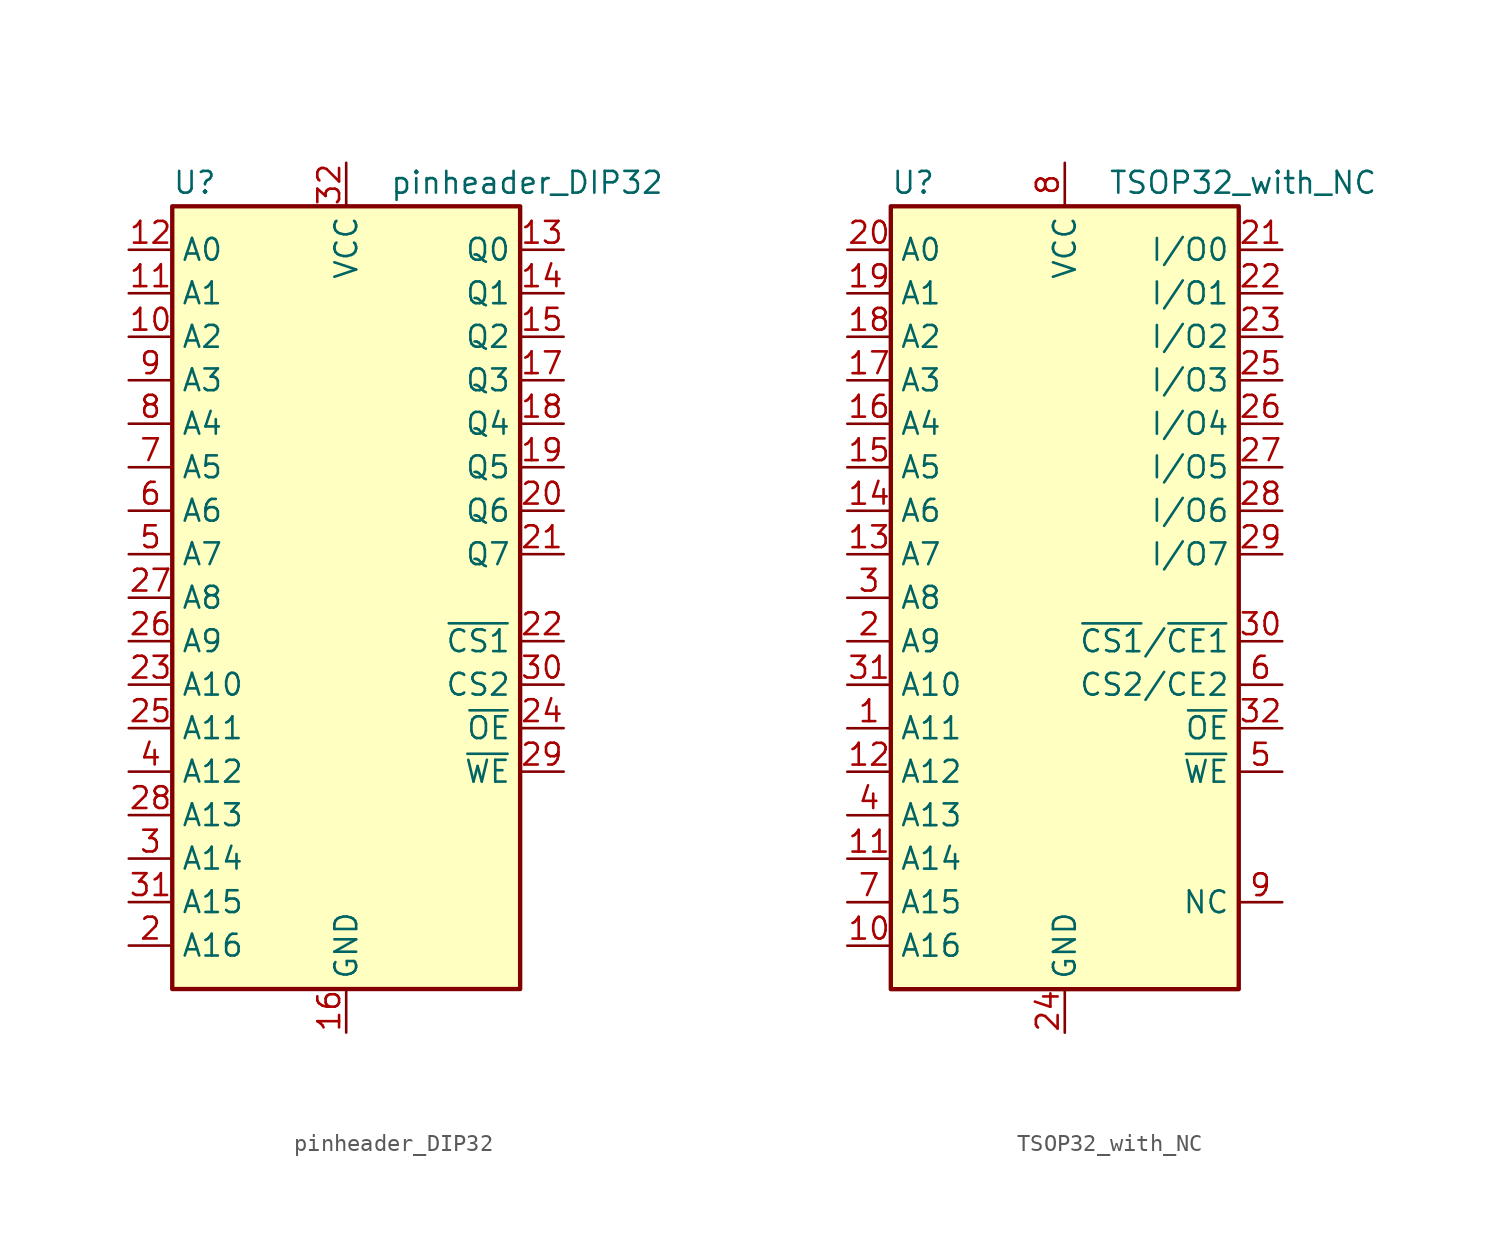
<source format=kicad_sym>
(kicad_symbol_lib
  (version 20231120)
  (generator "kicad_symbol_editor")
  (generator_version "8.0")
  (symbol "pinheader_DIP32"
    (property "Reference" "U"
      (at -10.16 23.495 0)
      (effects (font (size 1.27 1.27)) (justify left bottom)))
    (property "Value" "pinheader_DIP32"
      (at 2.54 23.495 0)
      (effects (font (size 1.27 1.27)) (justify left bottom)))
    (symbol "pinheader_DIP32_0_1"
      (rectangle (start -10.16 22.86) (end 10.16 -22.86) (stroke (width 0.254) (type default)) (fill (type background))))
    (symbol "pinheader_DIP32_1_0"
      (pin power_out line (at 0 -25.4 90) (length 2.54) (name "GND" (effects (font (size 1.27 1.27)))) (number "16" (effects (font (size 1.27 1.27)))))
      (pin power_out line (at 0 25.4 270) (length 2.54) (name "VCC" (effects (font (size 1.27 1.27)))) (number "32" (effects (font (size 1.27 1.27))))))
    (symbol "pinheader_DIP32_1_1"
      (pin output line (at -12.7 15.24 0) (length 2.54) (name "A2" (effects (font (size 1.27 1.27)))) (number "10" (effects (font (size 1.27 1.27)))))
      (pin output line (at -12.7 17.78 0) (length 2.54) (name "A1" (effects (font (size 1.27 1.27)))) (number "11" (effects (font (size 1.27 1.27)))))
      (pin output line (at -12.7 20.32 0) (length 2.54) (name "A0" (effects (font (size 1.27 1.27)))) (number "12" (effects (font (size 1.27 1.27)))))
      (pin tri_state line (at 12.7 20.32 180) (length 2.54) (name "Q0" (effects (font (size 1.27 1.27)))) (number "13" (effects (font (size 1.27 1.27)))))
      (pin tri_state line (at 12.7 17.78 180) (length 2.54) (name "Q1" (effects (font (size 1.27 1.27)))) (number "14" (effects (font (size 1.27 1.27)))))
      (pin tri_state line (at 12.7 15.24 180) (length 2.54) (name "Q2" (effects (font (size 1.27 1.27)))) (number "15" (effects (font (size 1.27 1.27)))))
      (pin tri_state line (at 12.7 12.7 180) (length 2.54) (name "Q3" (effects (font (size 1.27 1.27)))) (number "17" (effects (font (size 1.27 1.27)))))
      (pin tri_state line (at 12.7 10.16 180) (length 2.54) (name "Q4" (effects (font (size 1.27 1.27)))) (number "18" (effects (font (size 1.27 1.27)))))
      (pin tri_state line (at 12.7 7.62 180) (length 2.54) (name "Q5" (effects (font (size 1.27 1.27)))) (number "19" (effects (font (size 1.27 1.27)))))
      (pin output line (at -12.7 -20.32 0) (length 2.54) (name "A16" (effects (font (size 1.27 1.27)))) (number "2" (effects (font (size 1.27 1.27)))))
      (pin tri_state line (at 12.7 5.08 180) (length 2.54) (name "Q6" (effects (font (size 1.27 1.27)))) (number "20" (effects (font (size 1.27 1.27)))))
      (pin tri_state line (at 12.7 2.54 180) (length 2.54) (name "Q7" (effects (font (size 1.27 1.27)))) (number "21" (effects (font (size 1.27 1.27)))))
      (pin output line (at 12.7 -2.54 180) (length 2.54) (name "~{CS1}" (effects (font (size 1.27 1.27)))) (number "22" (effects (font (size 1.27 1.27)))))
      (pin output line (at -12.7 -5.08 0) (length 2.54) (name "A10" (effects (font (size 1.27 1.27)))) (number "23" (effects (font (size 1.27 1.27)))))
      (pin output line (at 12.7 -7.62 180) (length 2.54) (name "~{OE}" (effects (font (size 1.27 1.27)))) (number "24" (effects (font (size 1.27 1.27)))))
      (pin output line (at -12.7 -7.62 0) (length 2.54) (name "A11" (effects (font (size 1.27 1.27)))) (number "25" (effects (font (size 1.27 1.27)))))
      (pin output line (at -12.7 -2.54 0) (length 2.54) (name "A9" (effects (font (size 1.27 1.27)))) (number "26" (effects (font (size 1.27 1.27)))))
      (pin output line (at -12.7 0 0) (length 2.54) (name "A8" (effects (font (size 1.27 1.27)))) (number "27" (effects (font (size 1.27 1.27)))))
      (pin output line (at -12.7 -12.7 0) (length 2.54) (name "A13" (effects (font (size 1.27 1.27)))) (number "28" (effects (font (size 1.27 1.27)))))
      (pin output line (at 12.7 -10.16 180) (length 2.54) (name "~{WE}" (effects (font (size 1.27 1.27)))) (number "29" (effects (font (size 1.27 1.27)))))
      (pin output line (at -12.7 -15.24 0) (length 2.54) (name "A14" (effects (font (size 1.27 1.27)))) (number "3" (effects (font (size 1.27 1.27)))))
      (pin output line (at 12.7 -5.08 180) (length 2.54) (name "CS2" (effects (font (size 1.27 1.27)))) (number "30" (effects (font (size 1.27 1.27)))))
      (pin output line (at -12.7 -17.78 0) (length 2.54) (name "A15" (effects (font (size 1.27 1.27)))) (number "31" (effects (font (size 1.27 1.27)))))
      (pin output line (at -12.7 -10.16 0) (length 2.54) (name "A12" (effects (font (size 1.27 1.27)))) (number "4" (effects (font (size 1.27 1.27)))))
      (pin output line (at -12.7 2.54 0) (length 2.54) (name "A7" (effects (font (size 1.27 1.27)))) (number "5" (effects (font (size 1.27 1.27)))))
      (pin output line (at -12.7 5.08 0) (length 2.54) (name "A6" (effects (font (size 1.27 1.27)))) (number "6" (effects (font (size 1.27 1.27)))))
      (pin output line (at -12.7 7.62 0) (length 2.54) (name "A5" (effects (font (size 1.27 1.27)))) (number "7" (effects (font (size 1.27 1.27)))))
      (pin output line (at -12.7 10.16 0) (length 2.54) (name "A4" (effects (font (size 1.27 1.27)))) (number "8" (effects (font (size 1.27 1.27)))))
      (pin output line (at -12.7 12.7 0) (length 2.54) (name "A3" (effects (font (size 1.27 1.27)))) (number "9" (effects (font (size 1.27 1.27)))))))
  (symbol "TSOP32_with_NC"
    (property "Reference" "U"
      (at -10.16 23.495 0)
      (effects (font (size 1.27 1.27)) (justify left bottom)))
    (property "Value" "TSOP32_with_NC"
      (at 2.54 23.495 0)
      (effects (font (size 1.27 1.27)) (justify left bottom)))
    (symbol "TSOP32_with_NC_0_0"
      (pin power_in line (at 0 -25.4 90) (length 2.54) (name "GND" (effects (font (size 1.27 1.27)))) (number "24" (effects (font (size 1.27 1.27)))))
      (pin power_in line (at 0 25.4 270) (length 2.54) (name "VCC" (effects (font (size 1.27 1.27)))) (number "8" (effects (font (size 1.27 1.27))))))
    (symbol "TSOP32_with_NC_0_1"
      (rectangle (start -10.16 22.86) (end 10.16 -22.86) (stroke (width 0.254) (type default)) (fill (type background))))
    (symbol "TSOP32_with_NC_1_1"
      (pin input line (at -12.7 -7.62 0) (length 2.54) (name "A11" (effects (font (size 1.27 1.27)))) (number "1" (effects (font (size 1.27 1.27)))))
      (pin input line (at -12.7 -20.32 0) (length 2.54) (name "A16" (effects (font (size 1.27 1.27)))) (number "10" (effects (font (size 1.27 1.27)))))
      (pin input line (at -12.7 -15.24 0) (length 2.54) (name "A14" (effects (font (size 1.27 1.27)))) (number "11" (effects (font (size 1.27 1.27)))))
      (pin input line (at -12.7 -10.16 0) (length 2.54) (name "A12" (effects (font (size 1.27 1.27)))) (number "12" (effects (font (size 1.27 1.27)))))
      (pin input line (at -12.7 2.54 0) (length 2.54) (name "A7" (effects (font (size 1.27 1.27)))) (number "13" (effects (font (size 1.27 1.27)))))
      (pin input line (at -12.7 5.08 0) (length 2.54) (name "A6" (effects (font (size 1.27 1.27)))) (number "14" (effects (font (size 1.27 1.27)))))
      (pin input line (at -12.7 7.62 0) (length 2.54) (name "A5" (effects (font (size 1.27 1.27)))) (number "15" (effects (font (size 1.27 1.27)))))
      (pin input line (at -12.7 10.16 0) (length 2.54) (name "A4" (effects (font (size 1.27 1.27)))) (number "16" (effects (font (size 1.27 1.27)))))
      (pin input line (at -12.7 12.7 0) (length 2.54) (name "A3" (effects (font (size 1.27 1.27)))) (number "17" (effects (font (size 1.27 1.27)))))
      (pin input line (at -12.7 15.24 0) (length 2.54) (name "A2" (effects (font (size 1.27 1.27)))) (number "18" (effects (font (size 1.27 1.27)))))
      (pin input line (at -12.7 17.78 0) (length 2.54) (name "A1" (effects (font (size 1.27 1.27)))) (number "19" (effects (font (size 1.27 1.27)))))
      (pin input line (at -12.7 -2.54 0) (length 2.54) (name "A9" (effects (font (size 1.27 1.27)))) (number "2" (effects (font (size 1.27 1.27)))))
      (pin input line (at -12.7 20.32 0) (length 2.54) (name "A0" (effects (font (size 1.27 1.27)))) (number "20" (effects (font (size 1.27 1.27)))))
      (pin tri_state line (at 12.7 20.32 180) (length 2.54) (name "I/O0" (effects (font (size 1.27 1.27)))) (number "21" (effects (font (size 1.27 1.27)))))
      (pin tri_state line (at 12.7 17.78 180) (length 2.54) (name "I/O1" (effects (font (size 1.27 1.27)))) (number "22" (effects (font (size 1.27 1.27)))))
      (pin tri_state line (at 12.7 15.24 180) (length 2.54) (name "I/O2" (effects (font (size 1.27 1.27)))) (number "23" (effects (font (size 1.27 1.27)))))
      (pin tri_state line (at 12.7 12.7 180) (length 2.54) (name "I/O3" (effects (font (size 1.27 1.27)))) (number "25" (effects (font (size 1.27 1.27)))))
      (pin tri_state line (at 12.7 10.16 180) (length 2.54) (name "I/O4" (effects (font (size 1.27 1.27)))) (number "26" (effects (font (size 1.27 1.27)))))
      (pin tri_state line (at 12.7 7.62 180) (length 2.54) (name "I/O5" (effects (font (size 1.27 1.27)))) (number "27" (effects (font (size 1.27 1.27)))))
      (pin tri_state line (at 12.7 5.08 180) (length 2.54) (name "I/O6" (effects (font (size 1.27 1.27)))) (number "28" (effects (font (size 1.27 1.27)))))
      (pin tri_state line (at 12.7 2.54 180) (length 2.54) (name "I/O7" (effects (font (size 1.27 1.27)))) (number "29" (effects (font (size 1.27 1.27)))))
      (pin input line (at -12.7 0 0) (length 2.54) (name "A8" (effects (font (size 1.27 1.27)))) (number "3" (effects (font (size 1.27 1.27)))))
      (pin input line (at 12.7 -2.54 180) (length 2.54) (name "~{CS1}/~{CE1}" (effects (font (size 1.27 1.27)))) (number "30" (effects (font (size 1.27 1.27)))))
      (pin input line (at -12.7 -5.08 0) (length 2.54) (name "A10" (effects (font (size 1.27 1.27)))) (number "31" (effects (font (size 1.27 1.27)))))
      (pin input line (at 12.7 -7.62 180) (length 2.54) (name "~{OE}" (effects (font (size 1.27 1.27)))) (number "32" (effects (font (size 1.27 1.27)))))
      (pin input line (at -12.7 -12.7 0) (length 2.54) (name "A13" (effects (font (size 1.27 1.27)))) (number "4" (effects (font (size 1.27 1.27)))))
      (pin input line (at 12.7 -10.16 180) (length 2.54) (name "~{WE}" (effects (font (size 1.27 1.27)))) (number "5" (effects (font (size 1.27 1.27)))))
      (pin input line (at 12.7 -5.08 180) (length 2.54) (name "CS2/CE2" (effects (font (size 1.27 1.27)))) (number "6" (effects (font (size 1.27 1.27)))))
      (pin input line (at -12.7 -17.78 0) (length 2.54) (name "A15" (effects (font (size 1.27 1.27)))) (number "7" (effects (font (size 1.27 1.27)))))
      (pin free line (at 12.7 -17.78 180) (length 2.54) (name "NC" (effects (font (size 1.27 1.27)))) (number "9" (effects (font (size 1.27 1.27))))))))
</source>
